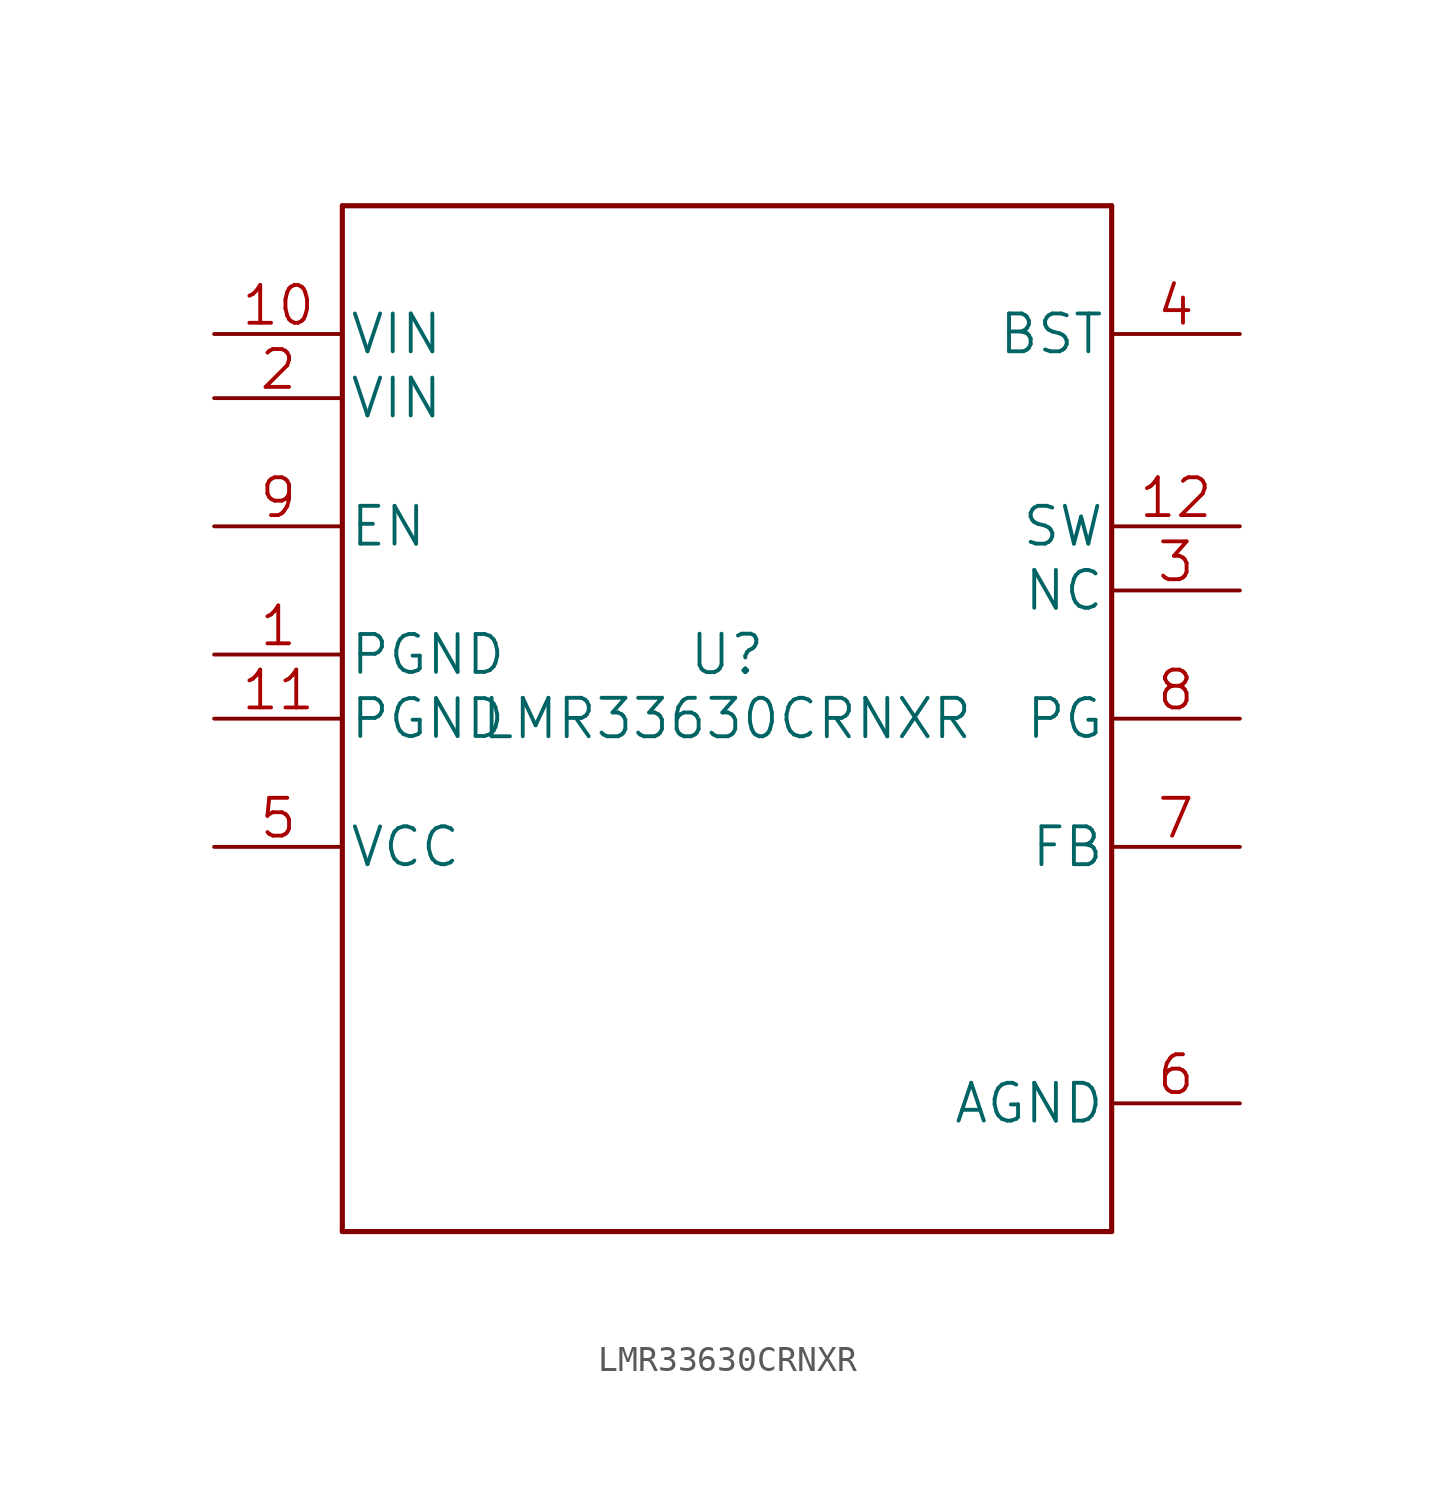
<source format=kicad_sym>
(kicad_symbol_lib
  (version 20220914)
  (generator kicad_symbol_editor)
  (symbol "LMR33630CRNXR"
    (pin_names
      (offset 0.254))
    (property "Reference" "U"
      (at 0 2.54 0)
      (effects (font (size 1.524 1.524))))
    (property "Value" "LMR33630CRNXR"
      (at 0 0 0)
      (effects (font (size 1.524 1.524))))
    (property "Datasheet" ""
      (at 0 0 0)
      (effects (font (size 1.524 1.524))))
    (property "ki_locked" ""
      (at 0 0 0)
      (effects (font (size 1.27 1.27))))
    (symbol "LMR33630CRNXR_1_1"
      (polyline (pts (xy -15.24 -20.32) (xy 15.24 -20.32)) (stroke (width 0.203) (type solid)) (fill (type none)))
      (polyline (pts (xy -15.24 20.32) (xy -15.24 -20.32)) (stroke (width 0.203) (type solid)) (fill (type none)))
      (polyline (pts (xy 15.24 -20.32) (xy 15.24 20.32)) (stroke (width 0.203) (type solid)) (fill (type none)))
      (polyline (pts (xy 15.24 20.32) (xy -15.24 20.32)) (stroke (width 0.203) (type solid)) (fill (type none)))
      (pin power_in line (at -20.32 2.54 0) (length 5.08) (name "PGND" (effects (font (size 1.499 1.499)))) (number "1" (effects (font (size 1.499 1.499)))))
      (pin power_in line (at -20.32 15.24 0) (length 5.08) (name "VIN" (effects (font (size 1.499 1.499)))) (number "10" (effects (font (size 1.499 1.499)))))
      (pin power_in line (at -20.32 0 0) (length 5.08) (name "PGND" (effects (font (size 1.499 1.499)))) (number "11" (effects (font (size 1.499 1.499)))))
      (pin power_in line (at 20.32 7.62 180) (length 5.08) (name "SW" (effects (font (size 1.499 1.499)))) (number "12" (effects (font (size 1.499 1.499)))))
      (pin power_in line (at -20.32 12.7 0) (length 5.08) (name "VIN" (effects (font (size 1.499 1.499)))) (number "2" (effects (font (size 1.499 1.499)))))
      (pin unspecified line (at 20.32 5.08 180) (length 5.08) (name "NC" (effects (font (size 1.499 1.499)))) (number "3" (effects (font (size 1.499 1.499)))))
      (pin unspecified line (at 20.32 15.24 180) (length 5.08) (name "BST" (effects (font (size 1.499 1.499)))) (number "4" (effects (font (size 1.499 1.499)))))
      (pin power_in line (at -20.32 -5.08 0) (length 5.08) (name "VCC" (effects (font (size 1.499 1.499)))) (number "5" (effects (font (size 1.499 1.499)))))
      (pin power_in line (at 20.32 -15.24 180) (length 5.08) (name "AGND" (effects (font (size 1.499 1.499)))) (number "6" (effects (font (size 1.499 1.499)))))
      (pin input line (at 20.32 -5.08 180) (length 5.08) (name "FB" (effects (font (size 1.499 1.499)))) (number "7" (effects (font (size 1.499 1.499)))))
      (pin open_collector line (at 20.32 0 180) (length 5.08) (name "PG" (effects (font (size 1.499 1.499)))) (number "8" (effects (font (size 1.499 1.499)))))
      (pin input line (at -20.32 7.62 0) (length 5.08) (name "EN" (effects (font (size 1.499 1.499)))) (number "9" (effects (font (size 1.499 1.499))))))))
</source>
